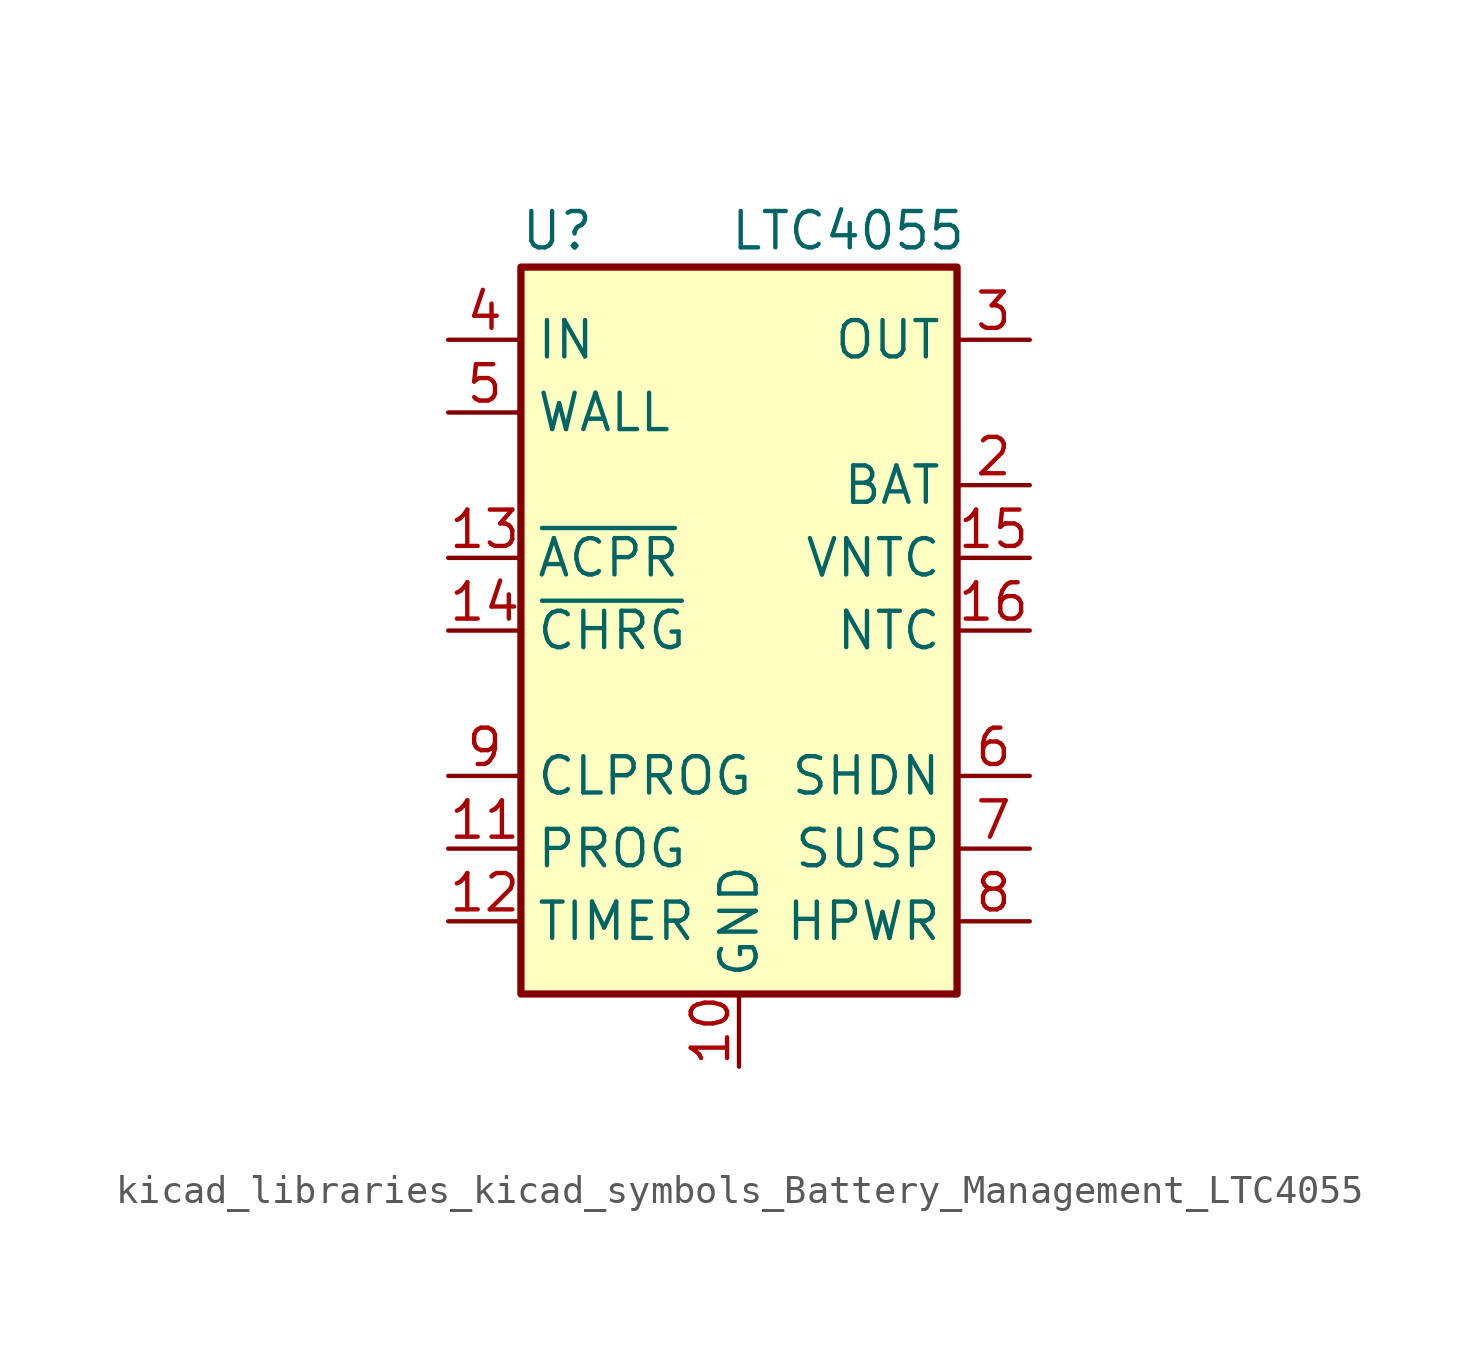
<source format=kicad_sym>
(kicad_symbol_lib
  (version 20220914)
  (generator kicad_symbol_editor)
  (symbol "kicad_libraries_kicad_symbols_Battery_Management_LTC4055"
    (property "Reference" "U"
      (at -6.35 13.97 0)
      (effects (font (size 1.27 1.27))))
    (property "Value" "LTC4055"
      (at 3.81 13.97 0)
      (effects (font (size 1.27 1.27))))
    (symbol "kicad_libraries_kicad_symbols_Battery_Management_LTC4055_0_1"
      (rectangle (start -7.62 12.7) (end 7.62 -12.7) (stroke (width 0.254) (type default)) (fill (type background))))
    (symbol "kicad_libraries_kicad_symbols_Battery_Management_LTC4055_1_1"
      (pin passive line (at -10.16 10.16 0) (length 2.54) hide (name "IN" (effects (font (size 1.27 1.27)))) (number "1" (effects (font (size 1.27 1.27)))))
      (pin power_in line (at 0 -15.24 90) (length 2.54) (name "GND" (effects (font (size 1.27 1.27)))) (number "10" (effects (font (size 1.27 1.27)))))
      (pin passive line (at -10.16 -7.62 0) (length 2.54) (name "PROG" (effects (font (size 1.27 1.27)))) (number "11" (effects (font (size 1.27 1.27)))))
      (pin passive line (at -10.16 -10.16 0) (length 2.54) (name "TIMER" (effects (font (size 1.27 1.27)))) (number "12" (effects (font (size 1.27 1.27)))))
      (pin open_collector line (at -10.16 2.54 0) (length 2.54) (name "~{ACPR}" (effects (font (size 1.27 1.27)))) (number "13" (effects (font (size 1.27 1.27)))))
      (pin open_collector line (at -10.16 0 0) (length 2.54) (name "~{CHRG}" (effects (font (size 1.27 1.27)))) (number "14" (effects (font (size 1.27 1.27)))))
      (pin output line (at 10.16 2.54 180) (length 2.54) (name "VNTC" (effects (font (size 1.27 1.27)))) (number "15" (effects (font (size 1.27 1.27)))))
      (pin input line (at 10.16 0 180) (length 2.54) (name "NTC" (effects (font (size 1.27 1.27)))) (number "16" (effects (font (size 1.27 1.27)))))
      (pin passive line (at 0 -15.24 90) (length 2.54) hide (name "GND" (effects (font (size 1.27 1.27)))) (number "17" (effects (font (size 1.27 1.27)))))
      (pin passive line (at 10.16 5.08 180) (length 2.54) (name "BAT" (effects (font (size 1.27 1.27)))) (number "2" (effects (font (size 1.27 1.27)))))
      (pin passive line (at 10.16 10.16 180) (length 2.54) (name "OUT" (effects (font (size 1.27 1.27)))) (number "3" (effects (font (size 1.27 1.27)))))
      (pin power_in line (at -10.16 10.16 0) (length 2.54) (name "IN" (effects (font (size 1.27 1.27)))) (number "4" (effects (font (size 1.27 1.27)))))
      (pin input line (at -10.16 7.62 0) (length 2.54) (name "WALL" (effects (font (size 1.27 1.27)))) (number "5" (effects (font (size 1.27 1.27)))))
      (pin input line (at 10.16 -5.08 180) (length 2.54) (name "SHDN" (effects (font (size 1.27 1.27)))) (number "6" (effects (font (size 1.27 1.27)))))
      (pin input line (at 10.16 -7.62 180) (length 2.54) (name "SUSP" (effects (font (size 1.27 1.27)))) (number "7" (effects (font (size 1.27 1.27)))))
      (pin input line (at 10.16 -10.16 180) (length 2.54) (name "HPWR" (effects (font (size 1.27 1.27)))) (number "8" (effects (font (size 1.27 1.27)))))
      (pin passive line (at -10.16 -5.08 0) (length 2.54) (name "CLPROG" (effects (font (size 1.27 1.27)))) (number "9" (effects (font (size 1.27 1.27))))))))
</source>
